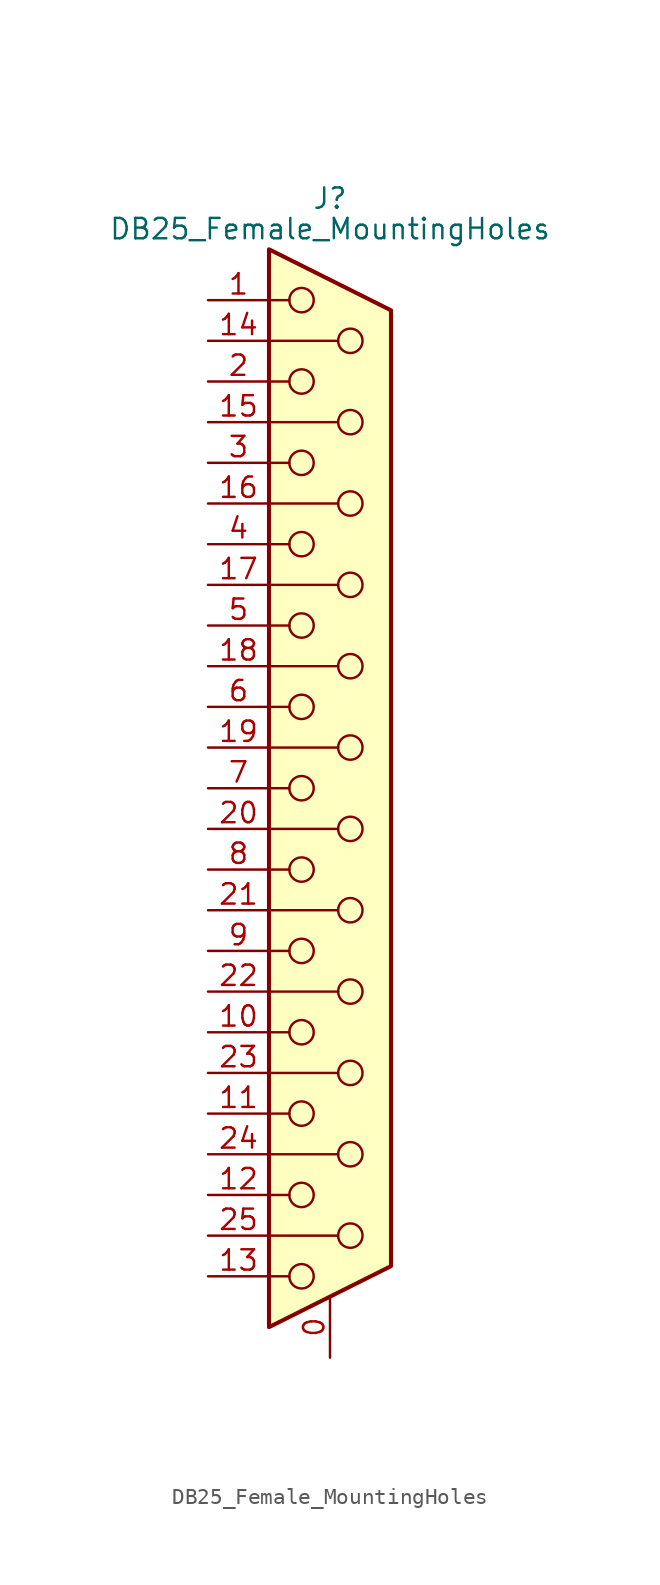
<source format=kicad_sym>
(kicad_symbol_lib
  (version 20211014)
  (generator kicad_symbol_editor)
  (symbol "DB25_Female_MountingHoles"
    (pin_names
      (offset 1.016) hide)
    (property "Reference" "J"
      (at 0 36.83 0)
      (effects (font (size 1.27 1.27))))
    (property "Value" "DB25_Female_MountingHoles"
      (at 0 34.925 0)
      (effects (font (size 1.27 1.27))))
    (symbol "DB25_Female_MountingHoles_0_1"
      (circle (center -1.778 -30.48) (radius 0.762) (stroke (width 0) (type default) (color 0 0 0 0)) (fill (type none)))
      (circle (center -1.778 -25.4) (radius 0.762) (stroke (width 0) (type default) (color 0 0 0 0)) (fill (type none)))
      (circle (center -1.778 -20.32) (radius 0.762) (stroke (width 0) (type default) (color 0 0 0 0)) (fill (type none)))
      (circle (center -1.778 -15.24) (radius 0.762) (stroke (width 0) (type default) (color 0 0 0 0)) (fill (type none)))
      (circle (center -1.778 -10.16) (radius 0.762) (stroke (width 0) (type default) (color 0 0 0 0)) (fill (type none)))
      (circle (center -1.778 -5.08) (radius 0.762) (stroke (width 0) (type default) (color 0 0 0 0)) (fill (type none)))
      (circle (center -1.778 0) (radius 0.762) (stroke (width 0) (type default) (color 0 0 0 0)) (fill (type none)))
      (circle (center -1.778 5.08) (radius 0.762) (stroke (width 0) (type default) (color 0 0 0 0)) (fill (type none)))
      (circle (center -1.778 10.16) (radius 0.762) (stroke (width 0) (type default) (color 0 0 0 0)) (fill (type none)))
      (circle (center -1.778 15.24) (radius 0.762) (stroke (width 0) (type default) (color 0 0 0 0)) (fill (type none)))
      (circle (center -1.778 20.32) (radius 0.762) (stroke (width 0) (type default) (color 0 0 0 0)) (fill (type none)))
      (circle (center -1.778 25.4) (radius 0.762) (stroke (width 0) (type default) (color 0 0 0 0)) (fill (type none)))
      (circle (center -1.778 30.48) (radius 0.762) (stroke (width 0) (type default) (color 0 0 0 0)) (fill (type none)))
      (polyline (pts (xy -3.81 -30.48) (xy -2.54 -30.48)) (stroke (width 0) (type default) (color 0 0 0 0)) (fill (type none)))
      (polyline (pts (xy -3.81 -27.94) (xy 0.508 -27.94)) (stroke (width 0) (type default) (color 0 0 0 0)) (fill (type none)))
      (polyline (pts (xy -3.81 -25.4) (xy -2.54 -25.4)) (stroke (width 0) (type default) (color 0 0 0 0)) (fill (type none)))
      (polyline (pts (xy -3.81 -22.86) (xy 0.508 -22.86)) (stroke (width 0) (type default) (color 0 0 0 0)) (fill (type none)))
      (polyline (pts (xy -3.81 -20.32) (xy -2.54 -20.32)) (stroke (width 0) (type default) (color 0 0 0 0)) (fill (type none)))
      (polyline (pts (xy -3.81 -17.78) (xy 0.508 -17.78)) (stroke (width 0) (type default) (color 0 0 0 0)) (fill (type none)))
      (polyline (pts (xy -3.81 -15.24) (xy -2.54 -15.24)) (stroke (width 0) (type default) (color 0 0 0 0)) (fill (type none)))
      (polyline (pts (xy -3.81 -12.7) (xy 0.508 -12.7)) (stroke (width 0) (type default) (color 0 0 0 0)) (fill (type none)))
      (polyline (pts (xy -3.81 -10.16) (xy -2.54 -10.16)) (stroke (width 0) (type default) (color 0 0 0 0)) (fill (type none)))
      (polyline (pts (xy -3.81 -7.62) (xy 0.508 -7.62)) (stroke (width 0) (type default) (color 0 0 0 0)) (fill (type none)))
      (polyline (pts (xy -3.81 -5.08) (xy -2.54 -5.08)) (stroke (width 0) (type default) (color 0 0 0 0)) (fill (type none)))
      (polyline (pts (xy -3.81 -2.54) (xy 0.508 -2.54)) (stroke (width 0) (type default) (color 0 0 0 0)) (fill (type none)))
      (polyline (pts (xy -3.81 0) (xy -2.54 0)) (stroke (width 0) (type default) (color 0 0 0 0)) (fill (type none)))
      (polyline (pts (xy -3.81 2.54) (xy 0.508 2.54)) (stroke (width 0) (type default) (color 0 0 0 0)) (fill (type none)))
      (polyline (pts (xy -3.81 5.08) (xy -2.54 5.08)) (stroke (width 0) (type default) (color 0 0 0 0)) (fill (type none)))
      (polyline (pts (xy -3.81 7.62) (xy 0.508 7.62)) (stroke (width 0) (type default) (color 0 0 0 0)) (fill (type none)))
      (polyline (pts (xy -3.81 10.16) (xy -2.54 10.16)) (stroke (width 0) (type default) (color 0 0 0 0)) (fill (type none)))
      (polyline (pts (xy -3.81 12.7) (xy 0.508 12.7)) (stroke (width 0) (type default) (color 0 0 0 0)) (fill (type none)))
      (polyline (pts (xy -3.81 15.24) (xy -2.54 15.24)) (stroke (width 0) (type default) (color 0 0 0 0)) (fill (type none)))
      (polyline (pts (xy -3.81 17.78) (xy 0.508 17.78)) (stroke (width 0) (type default) (color 0 0 0 0)) (fill (type none)))
      (polyline (pts (xy -3.81 20.32) (xy -2.54 20.32)) (stroke (width 0) (type default) (color 0 0 0 0)) (fill (type none)))
      (polyline (pts (xy -3.81 22.86) (xy 0.508 22.86)) (stroke (width 0) (type default) (color 0 0 0 0)) (fill (type none)))
      (polyline (pts (xy -3.81 25.4) (xy -2.54 25.4)) (stroke (width 0) (type default) (color 0 0 0 0)) (fill (type none)))
      (polyline (pts (xy -3.81 27.94) (xy 0.508 27.94)) (stroke (width 0) (type default) (color 0 0 0 0)) (fill (type none)))
      (polyline (pts (xy -3.81 30.48) (xy -2.54 30.48)) (stroke (width 0) (type default) (color 0 0 0 0)) (fill (type none)))
      (polyline (pts (xy -3.81 33.655) (xy 3.81 29.845) (xy 3.81 -29.845) (xy -3.81 -33.655) (xy -3.81 33.655)) (stroke (width 0.254) (type default) (color 0 0 0 0)) (fill (type background)))
      (circle (center 1.27 -27.94) (radius 0.762) (stroke (width 0) (type default) (color 0 0 0 0)) (fill (type none)))
      (circle (center 1.27 -22.86) (radius 0.762) (stroke (width 0) (type default) (color 0 0 0 0)) (fill (type none)))
      (circle (center 1.27 -17.78) (radius 0.762) (stroke (width 0) (type default) (color 0 0 0 0)) (fill (type none)))
      (circle (center 1.27 -12.7) (radius 0.762) (stroke (width 0) (type default) (color 0 0 0 0)) (fill (type none)))
      (circle (center 1.27 -7.62) (radius 0.762) (stroke (width 0) (type default) (color 0 0 0 0)) (fill (type none)))
      (circle (center 1.27 -2.54) (radius 0.762) (stroke (width 0) (type default) (color 0 0 0 0)) (fill (type none)))
      (circle (center 1.27 2.54) (radius 0.762) (stroke (width 0) (type default) (color 0 0 0 0)) (fill (type none)))
      (circle (center 1.27 7.62) (radius 0.762) (stroke (width 0) (type default) (color 0 0 0 0)) (fill (type none)))
      (circle (center 1.27 12.7) (radius 0.762) (stroke (width 0) (type default) (color 0 0 0 0)) (fill (type none)))
      (circle (center 1.27 17.78) (radius 0.762) (stroke (width 0) (type default) (color 0 0 0 0)) (fill (type none)))
      (circle (center 1.27 22.86) (radius 0.762) (stroke (width 0) (type default) (color 0 0 0 0)) (fill (type none)))
      (circle (center 1.27 27.94) (radius 0.762) (stroke (width 0) (type default) (color 0 0 0 0)) (fill (type none))))
    (symbol "DB25_Female_MountingHoles_1_1"
      (pin passive line (at 0 -35.56 90) (length 3.81) (name "PAD" (effects (font (size 1.27 1.27)))) (number "0" (effects (font (size 1.27 1.27)))))
      (pin passive line (at -7.62 30.48 0) (length 3.81) (name "1" (effects (font (size 1.27 1.27)))) (number "1" (effects (font (size 1.27 1.27)))))
      (pin passive line (at -7.62 -15.24 0) (length 3.81) (name "10" (effects (font (size 1.27 1.27)))) (number "10" (effects (font (size 1.27 1.27)))))
      (pin passive line (at -7.62 -20.32 0) (length 3.81) (name "11" (effects (font (size 1.27 1.27)))) (number "11" (effects (font (size 1.27 1.27)))))
      (pin passive line (at -7.62 -25.4 0) (length 3.81) (name "12" (effects (font (size 1.27 1.27)))) (number "12" (effects (font (size 1.27 1.27)))))
      (pin passive line (at -7.62 -30.48 0) (length 3.81) (name "13" (effects (font (size 1.27 1.27)))) (number "13" (effects (font (size 1.27 1.27)))))
      (pin passive line (at -7.62 27.94 0) (length 3.81) (name "P14" (effects (font (size 1.27 1.27)))) (number "14" (effects (font (size 1.27 1.27)))))
      (pin passive line (at -7.62 22.86 0) (length 3.81) (name "P15" (effects (font (size 1.27 1.27)))) (number "15" (effects (font (size 1.27 1.27)))))
      (pin passive line (at -7.62 17.78 0) (length 3.81) (name "P16" (effects (font (size 1.27 1.27)))) (number "16" (effects (font (size 1.27 1.27)))))
      (pin passive line (at -7.62 12.7 0) (length 3.81) (name "P17" (effects (font (size 1.27 1.27)))) (number "17" (effects (font (size 1.27 1.27)))))
      (pin passive line (at -7.62 7.62 0) (length 3.81) (name "P18" (effects (font (size 1.27 1.27)))) (number "18" (effects (font (size 1.27 1.27)))))
      (pin passive line (at -7.62 2.54 0) (length 3.81) (name "P19" (effects (font (size 1.27 1.27)))) (number "19" (effects (font (size 1.27 1.27)))))
      (pin passive line (at -7.62 25.4 0) (length 3.81) (name "2" (effects (font (size 1.27 1.27)))) (number "2" (effects (font (size 1.27 1.27)))))
      (pin passive line (at -7.62 -2.54 0) (length 3.81) (name "P20" (effects (font (size 1.27 1.27)))) (number "20" (effects (font (size 1.27 1.27)))))
      (pin passive line (at -7.62 -7.62 0) (length 3.81) (name "P21" (effects (font (size 1.27 1.27)))) (number "21" (effects (font (size 1.27 1.27)))))
      (pin passive line (at -7.62 -12.7 0) (length 3.81) (name "P22" (effects (font (size 1.27 1.27)))) (number "22" (effects (font (size 1.27 1.27)))))
      (pin passive line (at -7.62 -17.78 0) (length 3.81) (name "P23" (effects (font (size 1.27 1.27)))) (number "23" (effects (font (size 1.27 1.27)))))
      (pin passive line (at -7.62 -22.86 0) (length 3.81) (name "P24" (effects (font (size 1.27 1.27)))) (number "24" (effects (font (size 1.27 1.27)))))
      (pin passive line (at -7.62 -27.94 0) (length 3.81) (name "P25" (effects (font (size 1.27 1.27)))) (number "25" (effects (font (size 1.27 1.27)))))
      (pin passive line (at -7.62 20.32 0) (length 3.81) (name "3" (effects (font (size 1.27 1.27)))) (number "3" (effects (font (size 1.27 1.27)))))
      (pin passive line (at -7.62 15.24 0) (length 3.81) (name "4" (effects (font (size 1.27 1.27)))) (number "4" (effects (font (size 1.27 1.27)))))
      (pin passive line (at -7.62 10.16 0) (length 3.81) (name "5" (effects (font (size 1.27 1.27)))) (number "5" (effects (font (size 1.27 1.27)))))
      (pin passive line (at -7.62 5.08 0) (length 3.81) (name "6" (effects (font (size 1.27 1.27)))) (number "6" (effects (font (size 1.27 1.27)))))
      (pin passive line (at -7.62 0 0) (length 3.81) (name "7" (effects (font (size 1.27 1.27)))) (number "7" (effects (font (size 1.27 1.27)))))
      (pin passive line (at -7.62 -5.08 0) (length 3.81) (name "8" (effects (font (size 1.27 1.27)))) (number "8" (effects (font (size 1.27 1.27)))))
      (pin passive line (at -7.62 -10.16 0) (length 3.81) (name "9" (effects (font (size 1.27 1.27)))) (number "9" (effects (font (size 1.27 1.27))))))))
</source>
